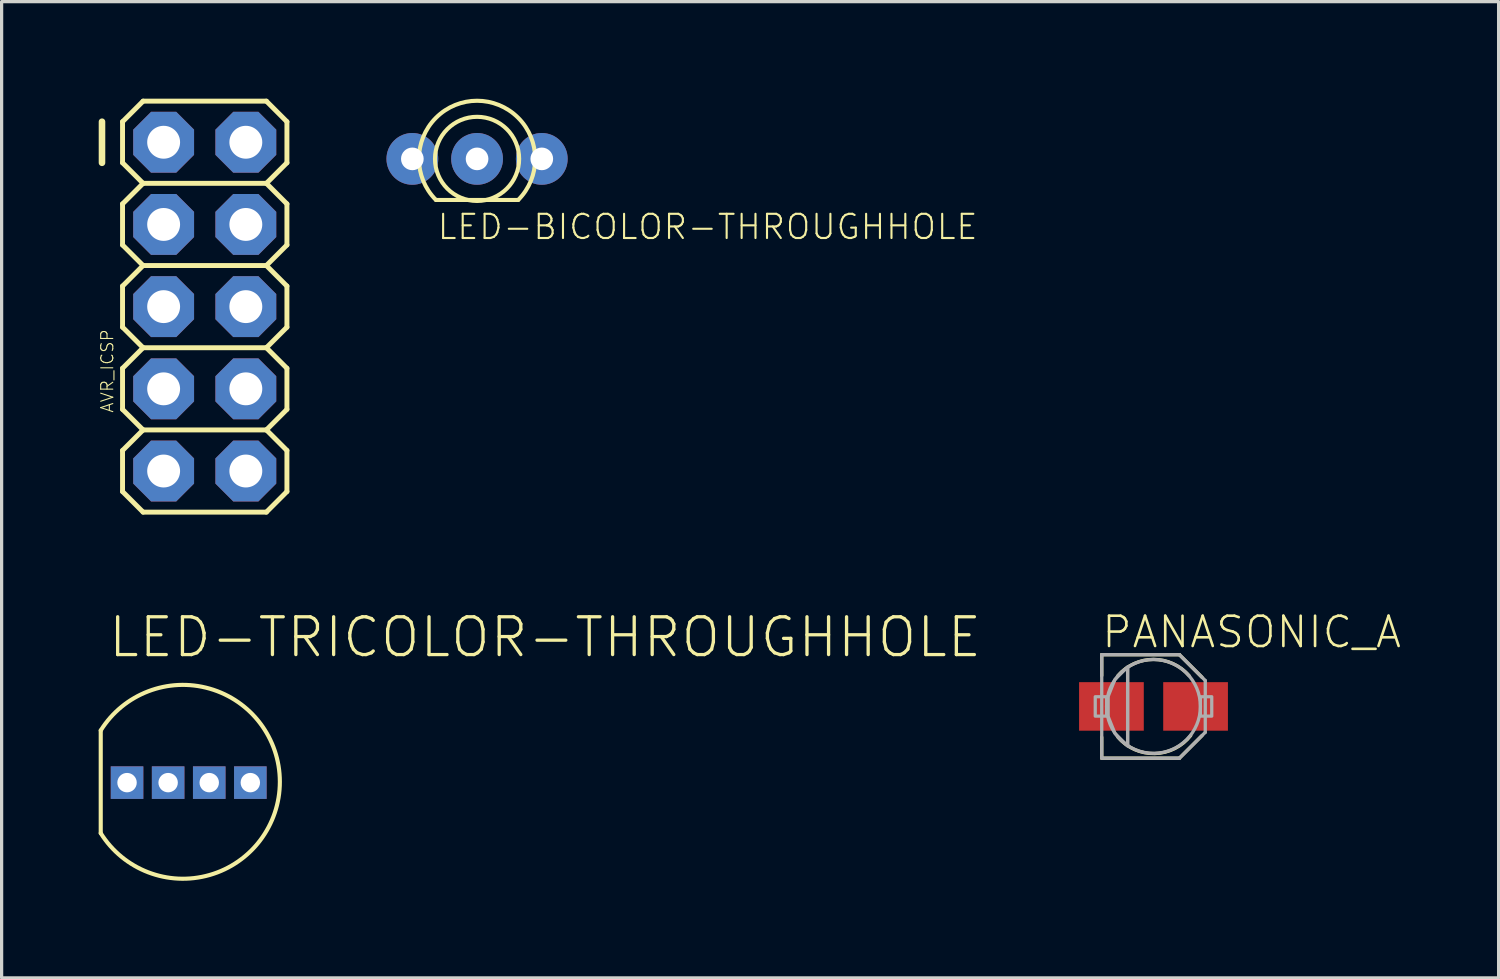
<source format=kicad_pcb>
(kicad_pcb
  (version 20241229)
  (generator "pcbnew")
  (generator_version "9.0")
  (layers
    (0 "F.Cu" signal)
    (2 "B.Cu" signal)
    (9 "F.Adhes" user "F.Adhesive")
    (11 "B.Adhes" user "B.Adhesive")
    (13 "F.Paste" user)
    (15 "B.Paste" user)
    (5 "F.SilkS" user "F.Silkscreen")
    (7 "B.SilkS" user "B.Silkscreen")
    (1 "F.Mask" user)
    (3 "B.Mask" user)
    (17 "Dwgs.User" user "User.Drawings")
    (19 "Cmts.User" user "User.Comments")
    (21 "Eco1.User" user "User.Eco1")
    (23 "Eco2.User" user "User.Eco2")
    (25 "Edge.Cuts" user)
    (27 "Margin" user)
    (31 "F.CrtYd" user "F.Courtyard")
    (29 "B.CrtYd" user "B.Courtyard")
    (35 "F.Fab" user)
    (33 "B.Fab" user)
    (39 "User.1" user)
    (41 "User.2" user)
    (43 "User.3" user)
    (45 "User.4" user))
  (footprint "LED-BICOLOR-THROUGHHOLE"
    (layer "F.Cu")
    (at 11.693 1.86)
    (property "Reference" "LED-BICOLOR-THROUGHHOLE" (at -1.27 2.54 0) (layer "F.SilkS") (effects (font (size 0.748 0.748) (thickness 0.065)) (justify left bottom)))
    (fp_line (start -1.27 1.27) (end 1.27 1.27) (stroke (width 0.127) (type solid)) (layer "F.SilkS"))
    (fp_arc (start -1.27 1.27) (mid 0 -1.796051) (end 1.27 1.27) (stroke (width 0.127) (type solid)) (layer "F.SilkS"))
    (fp_circle (center 0 0) (end 1.3 0) (stroke (width 0.127) (type solid)) (fill no) (layer "F.SilkS"))
    (pad "1" thru_hole circle (at -2 0) (size 1.6 1.6) (drill 0.7) (layers "*.Cu" "*.Mask"))
    (pad "2" thru_hole circle (at 0 0) (size 1.6 1.6) (drill 0.7) (layers "*.Cu" "*.Mask"))
    (pad "3" thru_hole circle (at 2 0) (size 1.6 1.6) (drill 0.7) (layers "*.Cu" "*.Mask")))
  (footprint "LED-TRICOLOR-THROUGHHOLE"
    (layer "F.Cu")
    (at 2.781 21.136)
    (property "Reference" "LED-TRICOLOR-THROUGHHOLE" (at -2.54 -3.81 0) (layer "F.SilkS") (effects (font (size 1.168 1.168) (thickness 0.102)) (justify left bottom)))
    (fp_line (start -2.718 -1.613) (end -2.718 1.562) (stroke (width 0.127) (type solid)) (layer "F.SilkS"))
    (fp_arc (start -2.7178 -1.6129) (mid 2.817491 -0.025401) (end -2.717799 1.562101) (stroke (width 0.127) (type solid)) (layer "F.SilkS"))
    (pad "BLU" thru_hole rect (at 0.635 0 270) (size 1.006 1.006) (drill 0.6) (layers "*.Cu" "*.Mask"))
    (pad "GND" thru_hole rect (at -0.635 0 270) (size 1.006 1.006) (drill 0.6) (layers "*.Cu" "*.Mask"))
    (pad "GRN" thru_hole rect (at 1.905 0 270) (size 1.006 1.006) (drill 0.6) (layers "*.Cu" "*.Mask"))
    (pad "RED" thru_hole rect (at -1.905 0 270) (size 1.006 1.006) (drill 0.6) (layers "*.Cu" "*.Mask")))
  (footprint "PANASONIC_A"
    (layer "F.Cu")
    (at 32.597 18.781)
    (property "Reference" "PANASONIC_A" (at -1.65 -1.75 0) (layer "F.SilkS") (effects (font (size 0.935 0.935) (thickness 0.081)) (justify left bottom)))
    (fp_line (start -1.6 -1.6) (end 0.8 -1.6) (stroke (width 0.102) (type solid)) (layer "F.SilkS"))
    (fp_line (start -1.6 -0.95) (end -1.6 -1.6) (stroke (width 0.102) (type solid)) (layer "F.SilkS"))
    (fp_line (start -1.6 1.6) (end -1.6 0.95) (stroke (width 0.102) (type solid)) (layer "F.SilkS"))
    (fp_line (start 0.8 -1.6) (end 1.5 -0.9) (stroke (width 0.102) (type solid)) (layer "F.SilkS"))
    (fp_line (start 0.8 1.6) (end -1.6 1.6) (stroke (width 0.102) (type solid)) (layer "F.SilkS"))
    (fp_line (start 1.5 0.9) (end 0.8 1.6) (stroke (width 0.102) (type solid)) (layer "F.SilkS"))
    (fp_arc (start -1.1 -0.95) (mid 0 -1.453444) (end 1.1 -0.95) (stroke (width 0.1016) (type solid)) (layer "F.SilkS"))
    (fp_arc (start 1.149999 0.9) (mid 0.03681 1.456451) (end -1.1 0.95) (stroke (width 0.1016) (type solid)) (layer "F.SilkS"))
    (fp_line (start -1.6 -1.6) (end 0.8 -1.6) (stroke (width 0.102) (type solid)) (layer "F.Fab"))
    (fp_line (start -1.6 1.6) (end -1.6 -1.6) (stroke (width 0.102) (type solid)) (layer "F.Fab"))
    (fp_line (start -0.8 -1.2) (end -0.8 1.2) (stroke (width 0.102) (type solid)) (layer "F.Fab"))
    (fp_line (start 0.8 -1.6) (end 1.6 -0.8) (stroke (width 0.102) (type solid)) (layer "F.Fab"))
    (fp_line (start 0.8 1.6) (end -1.6 1.6) (stroke (width 0.102) (type solid)) (layer "F.Fab"))
    (fp_line (start 1.6 -0.8) (end 1.6 0.8) (stroke (width 0.102) (type solid)) (layer "F.Fab"))
    (fp_line (start 1.6 0.8) (end 0.8 1.6) (stroke (width 0.102) (type solid)) (layer "F.Fab"))
    (fp_circle (center 0 0) (end 1.45 0) (stroke (width 0.102) (type solid)) (fill no) (layer "F.Fab"))
    (fp_poly (pts (xy -1.8 0.3) (xy -1.45 0.3) (xy -1.45 -0.3) (xy -1.8 -0.3)) (stroke (width 0.1) (type solid)) (fill no) (layer "F.Fab"))
    (fp_poly (pts (xy 1.45 0.3) (xy 1.8 0.3) (xy 1.8 -0.3) (xy 1.45 -0.3)) (stroke (width 0.1) (type solid)) (fill no) (layer "F.Fab"))
    (fp_poly (pts (xy -0.799 1.223) (xy -1.193 0.829) (xy -1.401 0.31) (xy -1.401 -0.31) (xy -1.193 -0.829) (xy -0.799 -1.223)) (stroke (width 0.1) (type solid)) (fill no) (layer "F.Fab"))
    (pad "+" smd rect (at 1.3 0) (size 2 1.5) (layers "F.Cu" "F.Mask" "F.Paste"))
    (pad "-" smd rect (at -1.3 0) (size 2 1.5) (layers "F.Cu" "F.Mask" "F.Paste")))
  (footprint "AVR_ICSP"
    (layer "F.Cu")
    (at 3.277 6.426)
    (property "Reference" "AVR_ICSP" (at -2.794 3.302 90) (layer "F.SilkS") (effects (font (size 0.374 0.374) (thickness 0.033)) (justify left bottom)))
    (fp_line (start -3.175 -5.715) (end -3.175 -4.445) (stroke (width 0.203) (type solid)) (layer "F.SilkS"))
    (fp_line (start -2.54 -5.715) (end -2.54 -4.445) (stroke (width 0.152) (type solid)) (layer "F.SilkS"))
    (fp_line (start -2.54 -4.445) (end -1.905 -3.81) (stroke (width 0.152) (type solid)) (layer "F.SilkS"))
    (fp_line (start -2.54 -3.175) (end -2.54 -1.905) (stroke (width 0.152) (type solid)) (layer "F.SilkS"))
    (fp_line (start -2.54 -1.905) (end -1.905 -1.27) (stroke (width 0.152) (type solid)) (layer "F.SilkS"))
    (fp_line (start -2.54 -0.635) (end -2.54 0.635) (stroke (width 0.152) (type solid)) (layer "F.SilkS"))
    (fp_line (start -2.54 0.635) (end -1.905 1.27) (stroke (width 0.152) (type solid)) (layer "F.SilkS"))
    (fp_line (start -2.54 1.905) (end -2.54 3.175) (stroke (width 0.152) (type solid)) (layer "F.SilkS"))
    (fp_line (start -2.54 3.175) (end -1.905 3.81) (stroke (width 0.152) (type solid)) (layer "F.SilkS"))
    (fp_line (start -2.54 4.445) (end -2.54 5.715) (stroke (width 0.152) (type solid)) (layer "F.SilkS"))
    (fp_line (start -2.54 5.715) (end -1.905 6.35) (stroke (width 0.152) (type solid)) (layer "F.SilkS"))
    (fp_line (start -1.905 -6.35) (end -2.54 -5.715) (stroke (width 0.152) (type solid)) (layer "F.SilkS"))
    (fp_line (start -1.905 -6.35) (end 1.905 -6.35) (stroke (width 0.152) (type solid)) (layer "F.SilkS"))
    (fp_line (start -1.905 -3.81) (end -2.54 -3.175) (stroke (width 0.152) (type solid)) (layer "F.SilkS"))
    (fp_line (start -1.905 -1.27) (end -2.54 -0.635) (stroke (width 0.152) (type solid)) (layer "F.SilkS"))
    (fp_line (start -1.905 1.27) (end -2.54 1.905) (stroke (width 0.152) (type solid)) (layer "F.SilkS"))
    (fp_line (start -1.905 3.81) (end -2.54 4.445) (stroke (width 0.152) (type solid)) (layer "F.SilkS"))
    (fp_line (start 1.905 -6.35) (end 2.54 -5.715) (stroke (width 0.152) (type solid)) (layer "F.SilkS"))
    (fp_line (start 1.905 -3.81) (end -1.905 -3.81) (stroke (width 0.152) (type solid)) (layer "F.SilkS"))
    (fp_line (start 1.905 -3.81) (end 2.54 -3.175) (stroke (width 0.152) (type solid)) (layer "F.SilkS"))
    (fp_line (start 1.905 -1.27) (end -1.905 -1.27) (stroke (width 0.152) (type solid)) (layer "F.SilkS"))
    (fp_line (start 1.905 -1.27) (end 2.54 -0.635) (stroke (width 0.152) (type solid)) (layer "F.SilkS"))
    (fp_line (start 1.905 1.27) (end -1.905 1.27) (stroke (width 0.152) (type solid)) (layer "F.SilkS"))
    (fp_line (start 1.905 1.27) (end 2.54 1.905) (stroke (width 0.152) (type solid)) (layer "F.SilkS"))
    (fp_line (start 1.905 3.81) (end -1.905 3.81) (stroke (width 0.152) (type solid)) (layer "F.SilkS"))
    (fp_line (start 1.905 3.81) (end 2.54 4.445) (stroke (width 0.152) (type solid)) (layer "F.SilkS"))
    (fp_line (start 1.905 6.35) (end -1.905 6.35) (stroke (width 0.152) (type solid)) (layer "F.SilkS"))
    (fp_line (start 2.54 -5.715) (end 2.54 -4.445) (stroke (width 0.152) (type solid)) (layer "F.SilkS"))
    (fp_line (start 2.54 -4.445) (end 1.905 -3.81) (stroke (width 0.152) (type solid)) (layer "F.SilkS"))
    (fp_line (start 2.54 -3.175) (end 2.54 -1.905) (stroke (width 0.152) (type solid)) (layer "F.SilkS"))
    (fp_line (start 2.54 -1.905) (end 1.905 -1.27) (stroke (width 0.152) (type solid)) (layer "F.SilkS"))
    (fp_line (start 2.54 -0.635) (end 2.54 0.635) (stroke (width 0.152) (type solid)) (layer "F.SilkS"))
    (fp_line (start 2.54 0.635) (end 1.905 1.27) (stroke (width 0.152) (type solid)) (layer "F.SilkS"))
    (fp_line (start 2.54 1.905) (end 2.54 3.175) (stroke (width 0.152) (type solid)) (layer "F.SilkS"))
    (fp_line (start 2.54 3.175) (end 1.905 3.81) (stroke (width 0.152) (type solid)) (layer "F.SilkS"))
    (fp_line (start 2.54 4.445) (end 2.54 5.715) (stroke (width 0.152) (type solid)) (layer "F.SilkS"))
    (fp_line (start 2.54 5.715) (end 1.905 6.35) (stroke (width 0.152) (type solid)) (layer "F.SilkS"))
    (fp_poly (pts (xy -1.524 0.254) (xy -1.016 0.254) (xy -1.016 -0.254) (xy -1.524 -0.254)) (stroke (width 0) (type solid)) (fill yes) (layer "F.SilkS"))
    (fp_poly (pts (xy -1.524 -4.826) (xy -1.016 -4.826) (xy -1.016 -5.334) (xy -1.524 -5.334)) (stroke (width 0.1) (type solid)) (fill no) (layer "F.Fab"))
    (fp_poly (pts (xy -1.524 -2.286) (xy -1.016 -2.286) (xy -1.016 -2.794) (xy -1.524 -2.794)) (stroke (width 0.1) (type solid)) (fill no) (layer "F.Fab"))
    (fp_poly (pts (xy -1.524 2.794) (xy -1.016 2.794) (xy -1.016 2.286) (xy -1.524 2.286)) (stroke (width 0.1) (type solid)) (fill no) (layer "F.Fab"))
    (fp_poly (pts (xy -1.524 5.334) (xy -1.016 5.334) (xy -1.016 4.826) (xy -1.524 4.826)) (stroke (width 0.1) (type solid)) (fill no) (layer "F.Fab"))
    (fp_poly (pts (xy 1.016 -4.826) (xy 1.524 -4.826) (xy 1.524 -5.334) (xy 1.016 -5.334)) (stroke (width 0.1) (type solid)) (fill no) (layer "F.Fab"))
    (fp_poly (pts (xy 1.016 -2.286) (xy 1.524 -2.286) (xy 1.524 -2.794) (xy 1.016 -2.794)) (stroke (width 0.1) (type solid)) (fill no) (layer "F.Fab"))
    (fp_poly (pts (xy 1.016 0.254) (xy 1.524 0.254) (xy 1.524 -0.254) (xy 1.016 -0.254)) (stroke (width 0.1) (type solid)) (fill no) (layer "F.Fab"))
    (fp_poly (pts (xy 1.016 2.794) (xy 1.524 2.794) (xy 1.524 2.286) (xy 1.016 2.286)) (stroke (width 0.1) (type solid)) (fill no) (layer "F.Fab"))
    (fp_poly (pts (xy 1.016 5.334) (xy 1.524 5.334) (xy 1.524 4.826) (xy 1.016 4.826)) (stroke (width 0.1) (type solid)) (fill no) (layer "F.Fab"))
    (pad "1" thru_hole roundrect (at -1.27 -5.08 270) (size 1.88 1.88) (drill 1.016) (layers "*.Cu" "*.Mask") (roundrect_rratio 0.25) (chamfer_ratio 0.293) (chamfer top_left top_right bottom_left bottom_right))
    (pad "2" thru_hole roundrect (at 1.27 -5.08 270) (size 1.88 1.88) (drill 1.016) (layers "*.Cu" "*.Mask") (roundrect_rratio 0.25) (chamfer_ratio 0.293) (chamfer top_left top_right bottom_left bottom_right))
    (pad "3" thru_hole roundrect (at -1.27 -2.54 270) (size 1.88 1.88) (drill 1.016) (layers "*.Cu" "*.Mask") (roundrect_rratio 0.25) (chamfer_ratio 0.293) (chamfer top_left top_right bottom_left bottom_right))
    (pad "4" thru_hole roundrect (at 1.27 -2.54 270) (size 1.88 1.88) (drill 1.016) (layers "*.Cu" "*.Mask") (roundrect_rratio 0.25) (chamfer_ratio 0.293) (chamfer top_left top_right bottom_left bottom_right))
    (pad "5" thru_hole roundrect (at -1.27 0 270) (size 1.88 1.88) (drill 1.016) (layers "*.Cu" "*.Mask") (roundrect_rratio 0.25) (chamfer_ratio 0.293) (chamfer top_left top_right bottom_left bottom_right))
    (pad "6" thru_hole roundrect (at 1.27 0 270) (size 1.88 1.88) (drill 1.016) (layers "*.Cu" "*.Mask") (roundrect_rratio 0.25) (chamfer_ratio 0.293) (chamfer top_left top_right bottom_left bottom_right))
    (pad "7" thru_hole roundrect (at -1.27 2.54 270) (size 1.88 1.88) (drill 1.016) (layers "*.Cu" "*.Mask") (roundrect_rratio 0.25) (chamfer_ratio 0.293) (chamfer top_left top_right bottom_left bottom_right))
    (pad "8" thru_hole roundrect (at 1.27 2.54 270) (size 1.88 1.88) (drill 1.016) (layers "*.Cu" "*.Mask") (roundrect_rratio 0.25) (chamfer_ratio 0.293) (chamfer top_left top_right bottom_left bottom_right))
    (pad "9" thru_hole roundrect (at -1.27 5.08 270) (size 1.88 1.88) (drill 1.016) (layers "*.Cu" "*.Mask") (roundrect_rratio 0.25) (chamfer_ratio 0.293) (chamfer top_left top_right bottom_left bottom_right))
    (pad "10" thru_hole roundrect (at 1.27 5.08 270) (size 1.88 1.88) (drill 1.016) (layers "*.Cu" "*.Mask") (roundrect_rratio 0.25) (chamfer_ratio 0.293) (chamfer top_left top_right bottom_left bottom_right)))
  (gr_rect
    (start -3 -3)
    (end 43.262 27.169)
    (stroke (width 0.1) (type default))
    (fill no)
    (layer "Edge.Cuts")))
</source>
